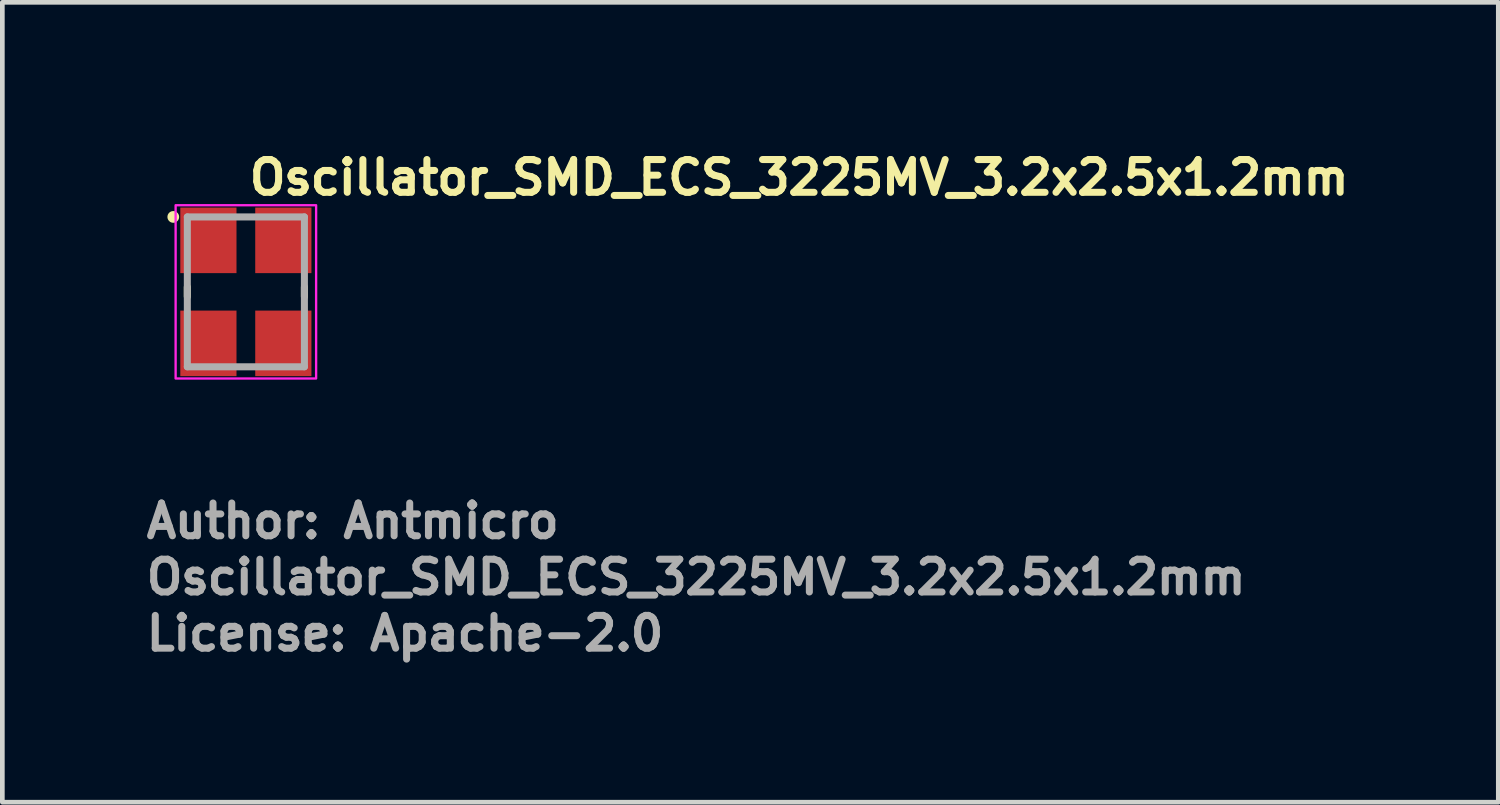
<source format=kicad_pcb>
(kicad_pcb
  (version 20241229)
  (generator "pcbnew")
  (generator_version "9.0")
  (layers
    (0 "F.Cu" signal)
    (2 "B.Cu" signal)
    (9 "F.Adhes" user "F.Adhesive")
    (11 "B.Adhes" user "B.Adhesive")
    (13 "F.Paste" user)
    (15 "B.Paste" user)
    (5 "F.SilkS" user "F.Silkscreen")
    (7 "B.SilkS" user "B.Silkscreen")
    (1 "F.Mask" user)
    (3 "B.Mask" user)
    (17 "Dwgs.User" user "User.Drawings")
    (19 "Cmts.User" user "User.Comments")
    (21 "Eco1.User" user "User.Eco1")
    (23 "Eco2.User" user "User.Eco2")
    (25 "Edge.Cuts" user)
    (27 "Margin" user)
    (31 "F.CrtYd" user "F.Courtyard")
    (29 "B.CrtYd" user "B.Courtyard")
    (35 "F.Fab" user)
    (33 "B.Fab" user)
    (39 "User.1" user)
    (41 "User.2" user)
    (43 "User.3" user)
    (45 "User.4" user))
  (footprint "Oscillator_SMD_ECS_3225MV_3.2x2.5x1.2mm"
    (layer "F.Cu")
    (at 2.2 3.182)
    (property "Reference" "Oscillator_SMD_ECS_3225MV_3.2x2.5x1.2mm" (at 0 -2.032 0) (unlocked yes) (layer "F.SilkS") (effects (font (size 0.7 0.7) (thickness 0.15)) (justify left bottom)))
    (attr smd)
    (fp_line (start -1.25 -0.102) (end -1.25 0.102) (stroke (width 0.15) (type solid)) (layer "F.SilkS"))
    (fp_line (start 1.25 -0.102) (end 1.25 0.102) (stroke (width 0.15) (type solid)) (layer "F.SilkS"))
    (fp_circle (center -1.55 -1.6) (end -1.5 -1.6) (stroke (width 0.15) (type solid)) (fill yes) (layer "F.SilkS"))
    (fp_rect (start 1.5 -1.85) (end -1.5 1.85) (stroke (width 0.05) (type solid)) (fill no) (layer "F.CrtYd"))
    (fp_line (start -1.25 -1.6) (end -1.25 1.6) (stroke (width 0.15) (type solid)) (layer "F.Fab"))
    (fp_line (start 1.25 -1.6) (end -1.25 -1.6) (stroke (width 0.15) (type solid)) (layer "F.Fab"))
    (fp_line (start 1.25 -1.6) (end 1.25 1.6) (stroke (width 0.15) (type solid)) (layer "F.Fab"))
    (fp_line (start 1.25 1.6) (end -1.25 1.6) (stroke (width 0.15) (type solid)) (layer "F.Fab"))
    (fp_rect (start 1.25 -1.6) (end -1.25 1.6) (stroke (width 0.1) (type solid)) (fill no) (layer "User.5"))
    (fp_line (start -1.25 -1.475) (end -1.25 1.475) (stroke (width 0.02) (type solid)) (layer "User.9"))
    (fp_line (start -1.25 -1.475) (end -1.244 -1.475) (stroke (width 0.02) (type solid)) (layer "User.9"))
    (fp_line (start -1.244 -1.475) (end -1.238 -1.476) (stroke (width 0.02) (type solid)) (layer "User.9"))
    (fp_line (start -1.244 1.475) (end -1.25 1.475) (stroke (width 0.02) (type solid)) (layer "User.9"))
    (fp_line (start -1.238 -1.476) (end -1.232 -1.476) (stroke (width 0.02) (type solid)) (layer "User.9"))
    (fp_line (start -1.238 1.476) (end -1.244 1.475) (stroke (width 0.02) (type solid)) (layer "User.9"))
    (fp_line (start -1.232 -1.476) (end -1.226 -1.477) (stroke (width 0.02) (type solid)) (layer "User.9"))
    (fp_line (start -1.232 1.476) (end -1.238 1.476) (stroke (width 0.02) (type solid)) (layer "User.9"))
    (fp_line (start -1.226 -1.477) (end -1.22 -1.479) (stroke (width 0.02) (type solid)) (layer "User.9"))
    (fp_line (start -1.226 1.477) (end -1.232 1.476) (stroke (width 0.02) (type solid)) (layer "User.9"))
    (fp_line (start -1.22 -1.479) (end -1.214 -1.48) (stroke (width 0.02) (type solid)) (layer "User.9"))
    (fp_line (start -1.22 1.479) (end -1.226 1.477) (stroke (width 0.02) (type solid)) (layer "User.9"))
    (fp_line (start -1.214 -1.48) (end -1.208 -1.482) (stroke (width 0.02) (type solid)) (layer "User.9"))
    (fp_line (start -1.214 1.48) (end -1.22 1.479) (stroke (width 0.02) (type solid)) (layer "User.9"))
    (fp_line (start -1.208 -1.482) (end -1.202 -1.485) (stroke (width 0.02) (type solid)) (layer "User.9"))
    (fp_line (start -1.208 1.482) (end -1.214 1.48) (stroke (width 0.02) (type solid)) (layer "User.9"))
    (fp_line (start -1.202 -1.485) (end -1.197 -1.487) (stroke (width 0.02) (type solid)) (layer "User.9"))
    (fp_line (start -1.202 1.485) (end -1.208 1.482) (stroke (width 0.02) (type solid)) (layer "User.9"))
    (fp_line (start -1.197 -1.487) (end -1.191 -1.49) (stroke (width 0.02) (type solid)) (layer "User.9"))
    (fp_line (start -1.197 1.487) (end -1.202 1.485) (stroke (width 0.02) (type solid)) (layer "User.9"))
    (fp_line (start -1.191 -1.49) (end -1.186 -1.493) (stroke (width 0.02) (type solid)) (layer "User.9"))
    (fp_line (start -1.191 1.49) (end -1.197 1.487) (stroke (width 0.02) (type solid)) (layer "User.9"))
    (fp_line (start -1.186 -1.493) (end -1.181 -1.496) (stroke (width 0.02) (type solid)) (layer "User.9"))
    (fp_line (start -1.186 1.493) (end -1.191 1.49) (stroke (width 0.02) (type solid)) (layer "User.9"))
    (fp_line (start -1.181 -1.496) (end -1.176 -1.5) (stroke (width 0.02) (type solid)) (layer "User.9"))
    (fp_line (start -1.181 1.496) (end -1.186 1.493) (stroke (width 0.02) (type solid)) (layer "User.9"))
    (fp_line (start -1.176 -1.5) (end -1.171 -1.503) (stroke (width 0.02) (type solid)) (layer "User.9"))
    (fp_line (start -1.176 1.5) (end -1.181 1.496) (stroke (width 0.02) (type solid)) (layer "User.9"))
    (fp_line (start -1.171 -1.503) (end -1.166 -1.507) (stroke (width 0.02) (type solid)) (layer "User.9"))
    (fp_line (start -1.171 1.503) (end -1.176 1.5) (stroke (width 0.02) (type solid)) (layer "User.9"))
    (fp_line (start -1.166 -1.507) (end -1.162 -1.512) (stroke (width 0.02) (type solid)) (layer "User.9"))
    (fp_line (start -1.166 1.507) (end -1.171 1.503) (stroke (width 0.02) (type solid)) (layer "User.9"))
    (fp_line (start -1.162 -1.512) (end -1.162 -1.512) (stroke (width 0.02) (type solid)) (layer "User.9"))
    (fp_line (start -1.162 -1.512) (end -1.157 -1.516) (stroke (width 0.02) (type solid)) (layer "User.9"))
    (fp_line (start -1.162 1.512) (end -1.166 1.507) (stroke (width 0.02) (type solid)) (layer "User.9"))
    (fp_line (start -1.162 1.512) (end -1.162 1.512) (stroke (width 0.02) (type solid)) (layer "User.9"))
    (fp_line (start -1.157 -1.516) (end -1.153 -1.521) (stroke (width 0.02) (type solid)) (layer "User.9"))
    (fp_line (start -1.157 1.516) (end -1.162 1.512) (stroke (width 0.02) (type solid)) (layer "User.9"))
    (fp_line (start -1.153 -1.521) (end -1.15 -1.526) (stroke (width 0.02) (type solid)) (layer "User.9"))
    (fp_line (start -1.153 1.521) (end -1.157 1.516) (stroke (width 0.02) (type solid)) (layer "User.9"))
    (fp_line (start -1.15 -1.526) (end -1.146 -1.531) (stroke (width 0.02) (type solid)) (layer "User.9"))
    (fp_line (start -1.15 -1.41) (end -1.15 -1.405) (stroke (width 0.02) (type solid)) (layer "User.9"))
    (fp_line (start -1.15 -1.405) (end -1.15 -1.4) (stroke (width 0.02) (type solid)) (layer "User.9"))
    (fp_line (start -1.15 -1.4) (end -1.15 1.4) (stroke (width 0.02) (type solid)) (layer "User.9"))
    (fp_line (start -1.15 1.4) (end -1.15 1.405) (stroke (width 0.02) (type solid)) (layer "User.9"))
    (fp_line (start -1.15 1.405) (end -1.15 1.41) (stroke (width 0.02) (type solid)) (layer "User.9"))
    (fp_line (start -1.15 1.41) (end -1.149 1.415) (stroke (width 0.02) (type solid)) (layer "User.9"))
    (fp_line (start -1.15 1.526) (end -1.153 1.521) (stroke (width 0.02) (type solid)) (layer "User.9"))
    (fp_line (start -1.149 -1.415) (end -1.15 -1.41) (stroke (width 0.02) (type solid)) (layer "User.9"))
    (fp_line (start -1.149 1.415) (end -1.148 1.42) (stroke (width 0.02) (type solid)) (layer "User.9"))
    (fp_line (start -1.148 -1.42) (end -1.149 -1.415) (stroke (width 0.02) (type solid)) (layer "User.9"))
    (fp_line (start -1.148 1.42) (end -1.147 1.424) (stroke (width 0.02) (type solid)) (layer "User.9"))
    (fp_line (start -1.147 -1.424) (end -1.148 -1.42) (stroke (width 0.02) (type solid)) (layer "User.9"))
    (fp_line (start -1.147 1.424) (end -1.146 1.429) (stroke (width 0.02) (type solid)) (layer "User.9"))
    (fp_line (start -1.146 -1.531) (end -1.143 -1.536) (stroke (width 0.02) (type solid)) (layer "User.9"))
    (fp_line (start -1.146 -1.429) (end -1.147 -1.424) (stroke (width 0.02) (type solid)) (layer "User.9"))
    (fp_line (start -1.146 1.429) (end -1.144 1.434) (stroke (width 0.02) (type solid)) (layer "User.9"))
    (fp_line (start -1.146 1.531) (end -1.15 1.526) (stroke (width 0.02) (type solid)) (layer "User.9"))
    (fp_line (start -1.144 -1.434) (end -1.146 -1.429) (stroke (width 0.02) (type solid)) (layer "User.9"))
    (fp_line (start -1.144 1.434) (end -1.142 1.438) (stroke (width 0.02) (type solid)) (layer "User.9"))
    (fp_line (start -1.143 -1.536) (end -1.14 -1.541) (stroke (width 0.02) (type solid)) (layer "User.9"))
    (fp_line (start -1.143 1.536) (end -1.146 1.531) (stroke (width 0.02) (type solid)) (layer "User.9"))
    (fp_line (start -1.142 -1.438) (end -1.144 -1.434) (stroke (width 0.02) (type solid)) (layer "User.9"))
    (fp_line (start -1.142 1.438) (end -1.14 1.443) (stroke (width 0.02) (type solid)) (layer "User.9"))
    (fp_line (start -1.14 -1.541) (end -1.137 -1.547) (stroke (width 0.02) (type solid)) (layer "User.9"))
    (fp_line (start -1.14 -1.443) (end -1.142 -1.438) (stroke (width 0.02) (type solid)) (layer "User.9"))
    (fp_line (start -1.14 1.443) (end -1.138 1.447) (stroke (width 0.02) (type solid)) (layer "User.9"))
    (fp_line (start -1.14 1.541) (end -1.143 1.536) (stroke (width 0.02) (type solid)) (layer "User.9"))
    (fp_line (start -1.138 -1.447) (end -1.14 -1.443) (stroke (width 0.02) (type solid)) (layer "User.9"))
    (fp_line (start -1.138 1.447) (end -1.136 1.451) (stroke (width 0.02) (type solid)) (layer "User.9"))
    (fp_line (start -1.137 -1.547) (end -1.135 -1.552) (stroke (width 0.02) (type solid)) (layer "User.9"))
    (fp_line (start -1.137 1.547) (end -1.14 1.541) (stroke (width 0.02) (type solid)) (layer "User.9"))
    (fp_line (start -1.136 -1.451) (end -1.138 -1.447) (stroke (width 0.02) (type solid)) (layer "User.9"))
    (fp_line (start -1.136 1.451) (end -1.133 1.455) (stroke (width 0.02) (type solid)) (layer "User.9"))
    (fp_line (start -1.135 -1.552) (end -1.132 -1.558) (stroke (width 0.02) (type solid)) (layer "User.9"))
    (fp_line (start -1.135 1.552) (end -1.137 1.547) (stroke (width 0.02) (type solid)) (layer "User.9"))
    (fp_line (start -1.133 -1.455) (end -1.136 -1.451) (stroke (width 0.02) (type solid)) (layer "User.9"))
    (fp_line (start -1.133 1.455) (end -1.13 1.459) (stroke (width 0.02) (type solid)) (layer "User.9"))
    (fp_line (start -1.132 -1.558) (end -1.13 -1.564) (stroke (width 0.02) (type solid)) (layer "User.9"))
    (fp_line (start -1.132 1.558) (end -1.135 1.552) (stroke (width 0.02) (type solid)) (layer "User.9"))
    (fp_line (start -1.13 -1.564) (end -1.129 -1.57) (stroke (width 0.02) (type solid)) (layer "User.9"))
    (fp_line (start -1.13 -1.459) (end -1.133 -1.455) (stroke (width 0.02) (type solid)) (layer "User.9"))
    (fp_line (start -1.13 1.459) (end -1.127 1.463) (stroke (width 0.02) (type solid)) (layer "User.9"))
    (fp_line (start -1.13 1.564) (end -1.132 1.558) (stroke (width 0.02) (type solid)) (layer "User.9"))
    (fp_line (start -1.129 -1.57) (end -1.127 -1.575) (stroke (width 0.02) (type solid)) (layer "User.9"))
    (fp_line (start -1.129 1.57) (end -1.13 1.564) (stroke (width 0.02) (type solid)) (layer "User.9"))
    (fp_line (start -1.127 -1.575) (end -1.126 -1.582) (stroke (width 0.02) (type solid)) (layer "User.9"))
    (fp_line (start -1.127 -1.463) (end -1.13 -1.459) (stroke (width 0.02) (type solid)) (layer "User.9"))
    (fp_line (start -1.127 1.463) (end -1.124 1.467) (stroke (width 0.02) (type solid)) (layer "User.9"))
    (fp_line (start -1.127 1.575) (end -1.129 1.57) (stroke (width 0.02) (type solid)) (layer "User.9"))
    (fp_line (start -1.126 -1.588) (end -1.125 -1.594) (stroke (width 0.02) (type solid)) (layer "User.9"))
    (fp_line (start -1.126 -1.582) (end -1.126 -1.588) (stroke (width 0.02) (type solid)) (layer "User.9"))
    (fp_line (start -1.126 1.582) (end -1.127 1.575) (stroke (width 0.02) (type solid)) (layer "User.9"))
    (fp_line (start -1.126 1.588) (end -1.126 1.582) (stroke (width 0.02) (type solid)) (layer "User.9"))
    (fp_line (start -1.125 -1.6) (end -0.55 -1.6) (stroke (width 0.02) (type solid)) (layer "User.9"))
    (fp_line (start -1.125 -1.594) (end -1.125 -1.6) (stroke (width 0.02) (type solid)) (layer "User.9"))
    (fp_line (start -1.125 1.594) (end -1.126 1.588) (stroke (width 0.02) (type solid)) (layer "User.9"))
    (fp_line (start -1.125 1.6) (end -1.125 1.594) (stroke (width 0.02) (type solid)) (layer "User.9"))
    (fp_line (start -1.125 1.6) (end -0.55 1.6) (stroke (width 0.02) (type solid)) (layer "User.9"))
    (fp_line (start -1.124 -1.467) (end -1.127 -1.463) (stroke (width 0.02) (type solid)) (layer "User.9"))
    (fp_line (start -1.124 1.467) (end -1.121 1.471) (stroke (width 0.02) (type solid)) (layer "User.9"))
    (fp_line (start -1.121 -1.471) (end -1.124 -1.467) (stroke (width 0.02) (type solid)) (layer "User.9"))
    (fp_line (start -1.121 -1.471) (end -1.121 -1.471) (stroke (width 0.02) (type solid)) (layer "User.9"))
    (fp_line (start -1.121 1.471) (end -1.121 1.471) (stroke (width 0.02) (type solid)) (layer "User.9"))
    (fp_line (start -1.121 1.471) (end -1.117 1.474) (stroke (width 0.02) (type solid)) (layer "User.9"))
    (fp_line (start -1.117 -1.474) (end -1.121 -1.471) (stroke (width 0.02) (type solid)) (layer "User.9"))
    (fp_line (start -1.117 1.474) (end -1.113 1.477) (stroke (width 0.02) (type solid)) (layer "User.9"))
    (fp_line (start -1.113 -1.477) (end -1.117 -1.474) (stroke (width 0.02) (type solid)) (layer "User.9"))
    (fp_line (start -1.113 1.477) (end -1.109 1.48) (stroke (width 0.02) (type solid)) (layer "User.9"))
    (fp_line (start -1.109 -1.48) (end -1.113 -1.477) (stroke (width 0.02) (type solid)) (layer "User.9"))
    (fp_line (start -1.109 1.48) (end -1.105 1.483) (stroke (width 0.02) (type solid)) (layer "User.9"))
    (fp_line (start -1.105 -1.483) (end -1.109 -1.48) (stroke (width 0.02) (type solid)) (layer "User.9"))
    (fp_line (start -1.105 1.483) (end -1.101 1.486) (stroke (width 0.02) (type solid)) (layer "User.9"))
    (fp_line (start -1.101 -1.486) (end -1.105 -1.483) (stroke (width 0.02) (type solid)) (layer "User.9"))
    (fp_line (start -1.101 1.486) (end -1.097 1.488) (stroke (width 0.02) (type solid)) (layer "User.9"))
    (fp_line (start -1.1 -1.405) (end -1.1 -1.402) (stroke (width 0.02) (type solid)) (layer "User.9"))
    (fp_line (start -1.1 -1.402) (end -1.1 -1.4) (stroke (width 0.02) (type solid)) (layer "User.9"))
    (fp_line (start -1.1 -1.4) (end -1.1 1.4) (stroke (width 0.02) (type solid)) (layer "User.9"))
    (fp_line (start -1.1 1.4) (end -1.1 1.402) (stroke (width 0.02) (type solid)) (layer "User.9"))
    (fp_line (start -1.1 1.402) (end -1.1 1.405) (stroke (width 0.02) (type solid)) (layer "User.9"))
    (fp_line (start -1.1 1.405) (end -1.099 1.407) (stroke (width 0.02) (type solid)) (layer "User.9"))
    (fp_line (start -1.099 -1.41) (end -1.099 -1.407) (stroke (width 0.02) (type solid)) (layer "User.9"))
    (fp_line (start -1.099 -1.407) (end -1.1 -1.405) (stroke (width 0.02) (type solid)) (layer "User.9"))
    (fp_line (start -1.099 1.407) (end -1.099 1.41) (stroke (width 0.02) (type solid)) (layer "User.9"))
    (fp_line (start -1.099 1.41) (end -1.098 1.412) (stroke (width 0.02) (type solid)) (layer "User.9"))
    (fp_line (start -1.098 -1.415) (end -1.098 -1.412) (stroke (width 0.02) (type solid)) (layer "User.9"))
    (fp_line (start -1.098 -1.412) (end -1.099 -1.41) (stroke (width 0.02) (type solid)) (layer "User.9"))
    (fp_line (start -1.098 1.412) (end -1.098 1.415) (stroke (width 0.02) (type solid)) (layer "User.9"))
    (fp_line (start -1.098 1.415) (end -1.097 1.417) (stroke (width 0.02) (type solid)) (layer "User.9"))
    (fp_line (start -1.097 -1.488) (end -1.101 -1.486) (stroke (width 0.02) (type solid)) (layer "User.9"))
    (fp_line (start -1.097 -1.417) (end -1.098 -1.415) (stroke (width 0.02) (type solid)) (layer "User.9"))
    (fp_line (start -1.097 1.417) (end -1.096 1.419) (stroke (width 0.02) (type solid)) (layer "User.9"))
    (fp_line (start -1.097 1.488) (end -1.093 1.49) (stroke (width 0.02) (type solid)) (layer "User.9"))
    (fp_line (start -1.096 -1.419) (end -1.097 -1.417) (stroke (width 0.02) (type solid)) (layer "User.9"))
    (fp_line (start -1.096 1.419) (end -1.095 1.421) (stroke (width 0.02) (type solid)) (layer "User.9"))
    (fp_line (start -1.095 -1.421) (end -1.096 -1.419) (stroke (width 0.02) (type solid)) (layer "User.9"))
    (fp_line (start -1.095 1.421) (end -1.094 1.424) (stroke (width 0.02) (type solid)) (layer "User.9"))
    (fp_line (start -1.094 -1.424) (end -1.095 -1.421) (stroke (width 0.02) (type solid)) (layer "User.9"))
    (fp_line (start -1.094 1.424) (end -1.093 1.426) (stroke (width 0.02) (type solid)) (layer "User.9"))
    (fp_line (start -1.093 -1.49) (end -1.097 -1.488) (stroke (width 0.02) (type solid)) (layer "User.9"))
    (fp_line (start -1.093 -1.426) (end -1.094 -1.424) (stroke (width 0.02) (type solid)) (layer "User.9"))
    (fp_line (start -1.093 1.426) (end -1.092 1.428) (stroke (width 0.02) (type solid)) (layer "User.9"))
    (fp_line (start -1.093 1.49) (end -1.088 1.492) (stroke (width 0.02) (type solid)) (layer "User.9"))
    (fp_line (start -1.092 -1.428) (end -1.093 -1.426) (stroke (width 0.02) (type solid)) (layer "User.9"))
    (fp_line (start -1.092 1.428) (end -1.09 1.43) (stroke (width 0.02) (type solid)) (layer "User.9"))
    (fp_line (start -1.09 -1.43) (end -1.092 -1.428) (stroke (width 0.02) (type solid)) (layer "User.9"))
    (fp_line (start -1.09 1.43) (end -1.089 1.432) (stroke (width 0.02) (type solid)) (layer "User.9"))
    (fp_line (start -1.089 -1.432) (end -1.09 -1.43) (stroke (width 0.02) (type solid)) (layer "User.9"))
    (fp_line (start -1.089 1.432) (end -1.087 1.434) (stroke (width 0.02) (type solid)) (layer "User.9"))
    (fp_line (start -1.088 -1.492) (end -1.093 -1.49) (stroke (width 0.02) (type solid)) (layer "User.9"))
    (fp_line (start -1.088 1.492) (end -1.084 1.494) (stroke (width 0.02) (type solid)) (layer "User.9"))
    (fp_line (start -1.087 -1.434) (end -1.089 -1.432) (stroke (width 0.02) (type solid)) (layer "User.9"))
    (fp_line (start -1.087 1.434) (end -1.085 1.435) (stroke (width 0.02) (type solid)) (layer "User.9"))
    (fp_line (start -1.085 -1.435) (end -1.087 -1.434) (stroke (width 0.02) (type solid)) (layer "User.9"))
    (fp_line (start -1.085 -1.435) (end -1.085 -1.435) (stroke (width 0.02) (type solid)) (layer "User.9"))
    (fp_line (start -1.085 1.435) (end -1.085 1.435) (stroke (width 0.02) (type solid)) (layer "User.9"))
    (fp_line (start -1.085 1.435) (end -1.084 1.437) (stroke (width 0.02) (type solid)) (layer "User.9"))
    (fp_line (start -1.084 -1.494) (end -1.088 -1.492) (stroke (width 0.02) (type solid)) (layer "User.9"))
    (fp_line (start -1.084 -1.437) (end -1.085 -1.435) (stroke (width 0.02) (type solid)) (layer "User.9"))
    (fp_line (start -1.084 1.437) (end -1.082 1.439) (stroke (width 0.02) (type solid)) (layer "User.9"))
    (fp_line (start -1.084 1.494) (end -1.079 1.496) (stroke (width 0.02) (type solid)) (layer "User.9"))
    (fp_line (start -1.082 -1.439) (end -1.084 -1.437) (stroke (width 0.02) (type solid)) (layer "User.9"))
    (fp_line (start -1.082 1.439) (end -1.08 1.44) (stroke (width 0.02) (type solid)) (layer "User.9"))
    (fp_line (start -1.08 -1.44) (end -1.082 -1.439) (stroke (width 0.02) (type solid)) (layer "User.9"))
    (fp_line (start -1.08 1.44) (end -1.078 1.442) (stroke (width 0.02) (type solid)) (layer "User.9"))
    (fp_line (start -1.079 -1.496) (end -1.084 -1.494) (stroke (width 0.02) (type solid)) (layer "User.9"))
    (fp_line (start -1.079 1.496) (end -1.074 1.497) (stroke (width 0.02) (type solid)) (layer "User.9"))
    (fp_line (start -1.078 -1.442) (end -1.08 -1.44) (stroke (width 0.02) (type solid)) (layer "User.9"))
    (fp_line (start -1.078 1.442) (end -1.076 1.443) (stroke (width 0.02) (type solid)) (layer "User.9"))
    (fp_line (start -1.076 -1.443) (end -1.078 -1.442) (stroke (width 0.02) (type solid)) (layer "User.9"))
    (fp_line (start -1.076 1.443) (end -1.074 1.444) (stroke (width 0.02) (type solid)) (layer "User.9"))
    (fp_line (start -1.074 -1.497) (end -1.079 -1.496) (stroke (width 0.02) (type solid)) (layer "User.9"))
    (fp_line (start -1.074 -1.444) (end -1.076 -1.443) (stroke (width 0.02) (type solid)) (layer "User.9"))
    (fp_line (start -1.074 1.444) (end -1.071 1.445) (stroke (width 0.02) (type solid)) (layer "User.9"))
    (fp_line (start -1.074 1.497) (end -1.07 1.498) (stroke (width 0.02) (type solid)) (layer "User.9"))
    (fp_line (start -1.071 -1.445) (end -1.074 -1.444) (stroke (width 0.02) (type solid)) (layer "User.9"))
    (fp_line (start -1.071 1.445) (end -1.069 1.446) (stroke (width 0.02) (type solid)) (layer "User.9"))
    (fp_line (start -1.07 -1.498) (end -1.074 -1.497) (stroke (width 0.02) (type solid)) (layer "User.9"))
    (fp_line (start -1.07 1.498) (end -1.065 1.499) (stroke (width 0.02) (type solid)) (layer "User.9"))
    (fp_line (start -1.069 -1.446) (end -1.071 -1.445) (stroke (width 0.02) (type solid)) (layer "User.9"))
    (fp_line (start -1.069 1.446) (end -1.067 1.447) (stroke (width 0.02) (type solid)) (layer "User.9"))
    (fp_line (start -1.067 -1.447) (end -1.069 -1.446) (stroke (width 0.02) (type solid)) (layer "User.9"))
    (fp_line (start -1.067 1.447) (end -1.065 1.448) (stroke (width 0.02) (type solid)) (layer "User.9"))
    (fp_line (start -1.065 -1.499) (end -1.07 -1.498) (stroke (width 0.02) (type solid)) (layer "User.9"))
    (fp_line (start -1.065 -1.448) (end -1.067 -1.447) (stroke (width 0.02) (type solid)) (layer "User.9"))
    (fp_line (start -1.065 1.448) (end -1.062 1.448) (stroke (width 0.02) (type solid)) (layer "User.9"))
    (fp_line (start -1.065 1.499) (end -1.06 1.5) (stroke (width 0.02) (type solid)) (layer "User.9"))
    (fp_line (start -1.062 -1.448) (end -1.065 -1.448) (stroke (width 0.02) (type solid)) (layer "User.9"))
    (fp_line (start -1.062 1.448) (end -1.06 1.449) (stroke (width 0.02) (type solid)) (layer "User.9"))
    (fp_line (start -1.06 -1.5) (end -1.065 -1.499) (stroke (width 0.02) (type solid)) (layer "User.9"))
    (fp_line (start -1.06 -1.449) (end -1.062 -1.448) (stroke (width 0.02) (type solid)) (layer "User.9"))
    (fp_line (start -1.06 1.449) (end -1.057 1.449) (stroke (width 0.02) (type solid)) (layer "User.9"))
    (fp_line (start -1.06 1.5) (end -1.055 1.5) (stroke (width 0.02) (type solid)) (layer "User.9"))
    (fp_line (start -1.057 -1.449) (end -1.06 -1.449) (stroke (width 0.02) (type solid)) (layer "User.9"))
    (fp_line (start -1.057 1.449) (end -1.055 1.45) (stroke (width 0.02) (type solid)) (layer "User.9"))
    (fp_line (start -1.055 -1.5) (end -1.06 -1.5) (stroke (width 0.02) (type solid)) (layer "User.9"))
    (fp_line (start -1.055 -1.45) (end -1.057 -1.449) (stroke (width 0.02) (type solid)) (layer "User.9"))
    (fp_line (start -1.055 1.45) (end -1.052 1.45) (stroke (width 0.02) (type solid)) (layer "User.9"))
    (fp_line (start -1.055 1.5) (end -1.05 1.5) (stroke (width 0.02) (type solid)) (layer "User.9"))
    (fp_line (start -1.052 -1.45) (end -1.055 -1.45) (stroke (width 0.02) (type solid)) (layer "User.9"))
    (fp_line (start -1.052 1.45) (end -1.05 1.45) (stroke (width 0.02) (type solid)) (layer "User.9"))
    (fp_line (start -1.05 -1.5) (end -1.055 -1.5) (stroke (width 0.02) (type solid)) (layer "User.9"))
    (fp_line (start -1.05 -1.45) (end -1.052 -1.45) (stroke (width 0.02) (type solid)) (layer "User.9"))
    (fp_line (start -1.05 1.45) (end 1.05 1.45) (stroke (width 0.02) (type solid)) (layer "User.9"))
    (fp_line (start -1.05 1.5) (end 1.05 1.5) (stroke (width 0.02) (type solid)) (layer "User.9"))
    (fp_line (start -0.55 -1.6) (end -0.49 -1.54) (stroke (width 0.02) (type solid)) (layer "User.9"))
    (fp_line (start -0.49 -1.54) (end -0.31 -1.54) (stroke (width 0.02) (type solid)) (layer "User.9"))
    (fp_line (start -0.49 1.54) (end -0.55 1.6) (stroke (width 0.02) (type solid)) (layer "User.9"))
    (fp_line (start -0.31 -1.54) (end -0.25 -1.6) (stroke (width 0.02) (type solid)) (layer "User.9"))
    (fp_line (start -0.31 1.54) (end -0.49 1.54) (stroke (width 0.02) (type solid)) (layer "User.9"))
    (fp_line (start -0.25 -1.6) (end 0.25 -1.6) (stroke (width 0.02) (type solid)) (layer "User.9"))
    (fp_line (start -0.25 1.6) (end -0.31 1.54) (stroke (width 0.02) (type solid)) (layer "User.9"))
    (fp_line (start -0.25 1.6) (end 0.25 1.6) (stroke (width 0.02) (type solid)) (layer "User.9"))
    (fp_line (start 0.25 -1.6) (end 0.31 -1.54) (stroke (width 0.02) (type solid)) (layer "User.9"))
    (fp_line (start 0.31 -1.54) (end 0.49 -1.54) (stroke (width 0.02) (type solid)) (layer "User.9"))
    (fp_line (start 0.31 1.54) (end 0.25 1.6) (stroke (width 0.02) (type solid)) (layer "User.9"))
    (fp_line (start 0.49 -1.54) (end 0.55 -1.6) (stroke (width 0.02) (type solid)) (layer "User.9"))
    (fp_line (start 0.49 1.54) (end 0.31 1.54) (stroke (width 0.02) (type solid)) (layer "User.9"))
    (fp_line (start 0.55 -1.6) (end 1.125 -1.6) (stroke (width 0.02) (type solid)) (layer "User.9"))
    (fp_line (start 0.55 1.6) (end 0.49 1.54) (stroke (width 0.02) (type solid)) (layer "User.9"))
    (fp_line (start 0.55 1.6) (end 1.125 1.6) (stroke (width 0.02) (type solid)) (layer "User.9"))
    (fp_line (start 1.05 -1.5) (end -1.05 -1.5) (stroke (width 0.02) (type solid)) (layer "User.9"))
    (fp_line (start 1.05 -1.45) (end -1.05 -1.45) (stroke (width 0.02) (type solid)) (layer "User.9"))
    (fp_line (start 1.05 1.45) (end 1.052 1.45) (stroke (width 0.02) (type solid)) (layer "User.9"))
    (fp_line (start 1.05 1.5) (end 1.055 1.5) (stroke (width 0.02) (type solid)) (layer "User.9"))
    (fp_line (start 1.052 -1.45) (end 1.05 -1.45) (stroke (width 0.02) (type solid)) (layer "User.9"))
    (fp_line (start 1.052 1.45) (end 1.055 1.45) (stroke (width 0.02) (type solid)) (layer "User.9"))
    (fp_line (start 1.055 -1.5) (end 1.05 -1.5) (stroke (width 0.02) (type solid)) (layer "User.9"))
    (fp_line (start 1.055 -1.45) (end 1.052 -1.45) (stroke (width 0.02) (type solid)) (layer "User.9"))
    (fp_line (start 1.055 1.45) (end 1.057 1.449) (stroke (width 0.02) (type solid)) (layer "User.9"))
    (fp_line (start 1.055 1.5) (end 1.06 1.5) (stroke (width 0.02) (type solid)) (layer "User.9"))
    (fp_line (start 1.057 -1.449) (end 1.055 -1.45) (stroke (width 0.02) (type solid)) (layer "User.9"))
    (fp_line (start 1.057 1.449) (end 1.06 1.449) (stroke (width 0.02) (type solid)) (layer "User.9"))
    (fp_line (start 1.06 -1.5) (end 1.055 -1.5) (stroke (width 0.02) (type solid)) (layer "User.9"))
    (fp_line (start 1.06 -1.449) (end 1.057 -1.449) (stroke (width 0.02) (type solid)) (layer "User.9"))
    (fp_line (start 1.06 1.449) (end 1.062 1.448) (stroke (width 0.02) (type solid)) (layer "User.9"))
    (fp_line (start 1.06 1.5) (end 1.065 1.499) (stroke (width 0.02) (type solid)) (layer "User.9"))
    (fp_line (start 1.062 -1.448) (end 1.06 -1.449) (stroke (width 0.02) (type solid)) (layer "User.9"))
    (fp_line (start 1.062 1.448) (end 1.065 1.448) (stroke (width 0.02) (type solid)) (layer "User.9"))
    (fp_line (start 1.065 -1.499) (end 1.06 -1.5) (stroke (width 0.02) (type solid)) (layer "User.9"))
    (fp_line (start 1.065 -1.448) (end 1.062 -1.448) (stroke (width 0.02) (type solid)) (layer "User.9"))
    (fp_line (start 1.065 1.448) (end 1.067 1.447) (stroke (width 0.02) (type solid)) (layer "User.9"))
    (fp_line (start 1.065 1.499) (end 1.07 1.498) (stroke (width 0.02) (type solid)) (layer "User.9"))
    (fp_line (start 1.067 -1.447) (end 1.065 -1.448) (stroke (width 0.02) (type solid)) (layer "User.9"))
    (fp_line (start 1.067 1.447) (end 1.069 1.446) (stroke (width 0.02) (type solid)) (layer "User.9"))
    (fp_line (start 1.069 -1.446) (end 1.067 -1.447) (stroke (width 0.02) (type solid)) (layer "User.9"))
    (fp_line (start 1.069 1.446) (end 1.071 1.445) (stroke (width 0.02) (type solid)) (layer "User.9"))
    (fp_line (start 1.07 -1.498) (end 1.065 -1.499) (stroke (width 0.02) (type solid)) (layer "User.9"))
    (fp_line (start 1.07 1.498) (end 1.074 1.497) (stroke (width 0.02) (type solid)) (layer "User.9"))
    (fp_line (start 1.071 -1.445) (end 1.069 -1.446) (stroke (width 0.02) (type solid)) (layer "User.9"))
    (fp_line (start 1.071 1.445) (end 1.074 1.444) (stroke (width 0.02) (type solid)) (layer "User.9"))
    (fp_line (start 1.074 -1.497) (end 1.07 -1.498) (stroke (width 0.02) (type solid)) (layer "User.9"))
    (fp_line (start 1.074 -1.444) (end 1.071 -1.445) (stroke (width 0.02) (type solid)) (layer "User.9"))
    (fp_line (start 1.074 1.444) (end 1.076 1.443) (stroke (width 0.02) (type solid)) (layer "User.9"))
    (fp_line (start 1.074 1.497) (end 1.079 1.496) (stroke (width 0.02) (type solid)) (layer "User.9"))
    (fp_line (start 1.076 -1.443) (end 1.074 -1.444) (stroke (width 0.02) (type solid)) (layer "User.9"))
    (fp_line (start 1.076 1.443) (end 1.078 1.442) (stroke (width 0.02) (type solid)) (layer "User.9"))
    (fp_line (start 1.078 -1.442) (end 1.076 -1.443) (stroke (width 0.02) (type solid)) (layer "User.9"))
    (fp_line (start 1.078 1.442) (end 1.08 1.44) (stroke (width 0.02) (type solid)) (layer "User.9"))
    (fp_line (start 1.079 -1.496) (end 1.074 -1.497) (stroke (width 0.02) (type solid)) (layer "User.9"))
    (fp_line (start 1.079 1.496) (end 1.084 1.494) (stroke (width 0.02) (type solid)) (layer "User.9"))
    (fp_line (start 1.08 -1.44) (end 1.078 -1.442) (stroke (width 0.02) (type solid)) (layer "User.9"))
    (fp_line (start 1.08 1.44) (end 1.082 1.439) (stroke (width 0.02) (type solid)) (layer "User.9"))
    (fp_line (start 1.082 -1.439) (end 1.08 -1.44) (stroke (width 0.02) (type solid)) (layer "User.9"))
    (fp_line (start 1.082 1.439) (end 1.084 1.437) (stroke (width 0.02) (type solid)) (layer "User.9"))
    (fp_line (start 1.084 -1.494) (end 1.079 -1.496) (stroke (width 0.02) (type solid)) (layer "User.9"))
    (fp_line (start 1.084 -1.437) (end 1.082 -1.439) (stroke (width 0.02) (type solid)) (layer "User.9"))
    (fp_line (start 1.084 1.437) (end 1.085 1.435) (stroke (width 0.02) (type solid)) (layer "User.9"))
    (fp_line (start 1.084 1.494) (end 1.088 1.492) (stroke (width 0.02) (type solid)) (layer "User.9"))
    (fp_line (start 1.085 -1.435) (end 1.084 -1.437) (stroke (width 0.02) (type solid)) (layer "User.9"))
    (fp_line (start 1.085 -1.435) (end 1.085 -1.435) (stroke (width 0.02) (type solid)) (layer "User.9"))
    (fp_line (start 1.085 1.435) (end 1.085 1.435) (stroke (width 0.02) (type solid)) (layer "User.9"))
    (fp_line (start 1.085 1.435) (end 1.087 1.434) (stroke (width 0.02) (type solid)) (layer "User.9"))
    (fp_line (start 1.087 -1.434) (end 1.085 -1.435) (stroke (width 0.02) (type solid)) (layer "User.9"))
    (fp_line (start 1.087 1.434) (end 1.089 1.432) (stroke (width 0.02) (type solid)) (layer "User.9"))
    (fp_line (start 1.088 -1.492) (end 1.084 -1.494) (stroke (width 0.02) (type solid)) (layer "User.9"))
    (fp_line (start 1.088 1.492) (end 1.093 1.49) (stroke (width 0.02) (type solid)) (layer "User.9"))
    (fp_line (start 1.089 -1.432) (end 1.087 -1.434) (stroke (width 0.02) (type solid)) (layer "User.9"))
    (fp_line (start 1.089 1.432) (end 1.09 1.43) (stroke (width 0.02) (type solid)) (layer "User.9"))
    (fp_line (start 1.09 -1.43) (end 1.089 -1.432) (stroke (width 0.02) (type solid)) (layer "User.9"))
    (fp_line (start 1.09 1.43) (end 1.092 1.428) (stroke (width 0.02) (type solid)) (layer "User.9"))
    (fp_line (start 1.092 -1.428) (end 1.09 -1.43) (stroke (width 0.02) (type solid)) (layer "User.9"))
    (fp_line (start 1.092 1.428) (end 1.093 1.426) (stroke (width 0.02) (type solid)) (layer "User.9"))
    (fp_line (start 1.093 -1.49) (end 1.088 -1.492) (stroke (width 0.02) (type solid)) (layer "User.9"))
    (fp_line (start 1.093 -1.426) (end 1.092 -1.428) (stroke (width 0.02) (type solid)) (layer "User.9"))
    (fp_line (start 1.093 1.426) (end 1.094 1.424) (stroke (width 0.02) (type solid)) (layer "User.9"))
    (fp_line (start 1.093 1.49) (end 1.097 1.488) (stroke (width 0.02) (type solid)) (layer "User.9"))
    (fp_line (start 1.094 -1.424) (end 1.093 -1.426) (stroke (width 0.02) (type solid)) (layer "User.9"))
    (fp_line (start 1.094 1.424) (end 1.095 1.421) (stroke (width 0.02) (type solid)) (layer "User.9"))
    (fp_line (start 1.095 -1.421) (end 1.094 -1.424) (stroke (width 0.02) (type solid)) (layer "User.9"))
    (fp_line (start 1.095 1.421) (end 1.096 1.419) (stroke (width 0.02) (type solid)) (layer "User.9"))
    (fp_line (start 1.096 -1.419) (end 1.095 -1.421) (stroke (width 0.02) (type solid)) (layer "User.9"))
    (fp_line (start 1.096 1.419) (end 1.097 1.417) (stroke (width 0.02) (type solid)) (layer "User.9"))
    (fp_line (start 1.097 -1.488) (end 1.093 -1.49) (stroke (width 0.02) (type solid)) (layer "User.9"))
    (fp_line (start 1.097 -1.417) (end 1.096 -1.419) (stroke (width 0.02) (type solid)) (layer "User.9"))
    (fp_line (start 1.097 1.417) (end 1.098 1.415) (stroke (width 0.02) (type solid)) (layer "User.9"))
    (fp_line (start 1.097 1.488) (end 1.101 1.486) (stroke (width 0.02) (type solid)) (layer "User.9"))
    (fp_line (start 1.098 -1.415) (end 1.097 -1.417) (stroke (width 0.02) (type solid)) (layer "User.9"))
    (fp_line (start 1.098 -1.412) (end 1.098 -1.415) (stroke (width 0.02) (type solid)) (layer "User.9"))
    (fp_line (start 1.098 1.412) (end 1.099 1.41) (stroke (width 0.02) (type solid)) (layer "User.9"))
    (fp_line (start 1.098 1.415) (end 1.098 1.412) (stroke (width 0.02) (type solid)) (layer "User.9"))
    (fp_line (start 1.099 -1.41) (end 1.098 -1.412) (stroke (width 0.02) (type solid)) (layer "User.9"))
    (fp_line (start 1.099 -1.407) (end 1.099 -1.41) (stroke (width 0.02) (type solid)) (layer "User.9"))
    (fp_line (start 1.099 1.407) (end 1.1 1.405) (stroke (width 0.02) (type solid)) (layer "User.9"))
    (fp_line (start 1.099 1.41) (end 1.099 1.407) (stroke (width 0.02) (type solid)) (layer "User.9"))
    (fp_line (start 1.1 -1.405) (end 1.099 -1.407) (stroke (width 0.02) (type solid)) (layer "User.9"))
    (fp_line (start 1.1 -1.402) (end 1.1 -1.405) (stroke (width 0.02) (type solid)) (layer "User.9"))
    (fp_line (start 1.1 -1.4) (end 1.1 -1.402) (stroke (width 0.02) (type solid)) (layer "User.9"))
    (fp_line (start 1.1 1.4) (end 1.1 -1.4) (stroke (width 0.02) (type solid)) (layer "User.9"))
    (fp_line (start 1.1 1.402) (end 1.1 1.4) (stroke (width 0.02) (type solid)) (layer "User.9"))
    (fp_line (start 1.1 1.405) (end 1.1 1.402) (stroke (width 0.02) (type solid)) (layer "User.9"))
    (fp_line (start 1.101 -1.486) (end 1.097 -1.488) (stroke (width 0.02) (type solid)) (layer "User.9"))
    (fp_line (start 1.101 1.486) (end 1.105 1.483) (stroke (width 0.02) (type solid)) (layer "User.9"))
    (fp_line (start 1.105 -1.483) (end 1.101 -1.486) (stroke (width 0.02) (type solid)) (layer "User.9"))
    (fp_line (start 1.105 1.483) (end 1.109 1.48) (stroke (width 0.02) (type solid)) (layer "User.9"))
    (fp_line (start 1.109 -1.48) (end 1.105 -1.483) (stroke (width 0.02) (type solid)) (layer "User.9"))
    (fp_line (start 1.109 1.48) (end 1.113 1.477) (stroke (width 0.02) (type solid)) (layer "User.9"))
    (fp_line (start 1.113 -1.477) (end 1.109 -1.48) (stroke (width 0.02) (type solid)) (layer "User.9"))
    (fp_line (start 1.113 1.477) (end 1.117 1.474) (stroke (width 0.02) (type solid)) (layer "User.9"))
    (fp_line (start 1.117 -1.474) (end 1.113 -1.477) (stroke (width 0.02) (type solid)) (layer "User.9"))
    (fp_line (start 1.117 1.474) (end 1.121 1.471) (stroke (width 0.02) (type solid)) (layer "User.9"))
    (fp_line (start 1.121 -1.471) (end 1.117 -1.474) (stroke (width 0.02) (type solid)) (layer "User.9"))
    (fp_line (start 1.121 -1.471) (end 1.121 -1.471) (stroke (width 0.02) (type solid)) (layer "User.9"))
    (fp_line (start 1.121 1.471) (end 1.121 1.471) (stroke (width 0.02) (type solid)) (layer "User.9"))
    (fp_line (start 1.121 1.471) (end 1.124 1.467) (stroke (width 0.02) (type solid)) (layer "User.9"))
    (fp_line (start 1.124 -1.467) (end 1.121 -1.471) (stroke (width 0.02) (type solid)) (layer "User.9"))
    (fp_line (start 1.124 1.467) (end 1.127 1.463) (stroke (width 0.02) (type solid)) (layer "User.9"))
    (fp_line (start 1.125 -1.6) (end 1.125 -1.594) (stroke (width 0.02) (type solid)) (layer "User.9"))
    (fp_line (start 1.125 -1.594) (end 1.126 -1.588) (stroke (width 0.02) (type solid)) (layer "User.9"))
    (fp_line (start 1.125 1.594) (end 1.125 1.6) (stroke (width 0.02) (type solid)) (layer "User.9"))
    (fp_line (start 1.126 -1.588) (end 1.126 -1.582) (stroke (width 0.02) (type solid)) (layer "User.9"))
    (fp_line (start 1.126 -1.582) (end 1.127 -1.575) (stroke (width 0.02) (type solid)) (layer "User.9"))
    (fp_line (start 1.126 1.582) (end 1.126 1.588) (stroke (width 0.02) (type solid)) (layer "User.9"))
    (fp_line (start 1.126 1.588) (end 1.125 1.594) (stroke (width 0.02) (type solid)) (layer "User.9"))
    (fp_line (start 1.127 -1.575) (end 1.129 -1.57) (stroke (width 0.02) (type solid)) (layer "User.9"))
    (fp_line (start 1.127 -1.463) (end 1.124 -1.467) (stroke (width 0.02) (type solid)) (layer "User.9"))
    (fp_line (start 1.127 1.463) (end 1.13 1.459) (stroke (width 0.02) (type solid)) (layer "User.9"))
    (fp_line (start 1.127 1.575) (end 1.126 1.582) (stroke (width 0.02) (type solid)) (layer "User.9"))
    (fp_line (start 1.129 -1.57) (end 1.13 -1.564) (stroke (width 0.02) (type solid)) (layer "User.9"))
    (fp_line (start 1.129 1.57) (end 1.127 1.575) (stroke (width 0.02) (type solid)) (layer "User.9"))
    (fp_line (start 1.13 -1.564) (end 1.132 -1.558) (stroke (width 0.02) (type solid)) (layer "User.9"))
    (fp_line (start 1.13 -1.459) (end 1.127 -1.463) (stroke (width 0.02) (type solid)) (layer "User.9"))
    (fp_line (start 1.13 1.459) (end 1.133 1.455) (stroke (width 0.02) (type solid)) (layer "User.9"))
    (fp_line (start 1.13 1.564) (end 1.129 1.57) (stroke (width 0.02) (type solid)) (layer "User.9"))
    (fp_line (start 1.132 -1.558) (end 1.135 -1.552) (stroke (width 0.02) (type solid)) (layer "User.9"))
    (fp_line (start 1.132 1.558) (end 1.13 1.564) (stroke (width 0.02) (type solid)) (layer "User.9"))
    (fp_line (start 1.133 -1.455) (end 1.13 -1.459) (stroke (width 0.02) (type solid)) (layer "User.9"))
    (fp_line (start 1.133 1.455) (end 1.136 1.451) (stroke (width 0.02) (type solid)) (layer "User.9"))
    (fp_line (start 1.135 -1.552) (end 1.137 -1.547) (stroke (width 0.02) (type solid)) (layer "User.9"))
    (fp_line (start 1.135 1.552) (end 1.132 1.558) (stroke (width 0.02) (type solid)) (layer "User.9"))
    (fp_line (start 1.136 -1.451) (end 1.133 -1.455) (stroke (width 0.02) (type solid)) (layer "User.9"))
    (fp_line (start 1.136 1.451) (end 1.138 1.447) (stroke (width 0.02) (type solid)) (layer "User.9"))
    (fp_line (start 1.137 -1.547) (end 1.14 -1.541) (stroke (width 0.02) (type solid)) (layer "User.9"))
    (fp_line (start 1.137 1.547) (end 1.135 1.552) (stroke (width 0.02) (type solid)) (layer "User.9"))
    (fp_line (start 1.138 -1.447) (end 1.136 -1.451) (stroke (width 0.02) (type solid)) (layer "User.9"))
    (fp_line (start 1.138 1.447) (end 1.14 1.443) (stroke (width 0.02) (type solid)) (layer "User.9"))
    (fp_line (start 1.14 -1.541) (end 1.143 -1.536) (stroke (width 0.02) (type solid)) (layer "User.9"))
    (fp_line (start 1.14 -1.443) (end 1.138 -1.447) (stroke (width 0.02) (type solid)) (layer "User.9"))
    (fp_line (start 1.14 1.443) (end 1.142 1.438) (stroke (width 0.02) (type solid)) (layer "User.9"))
    (fp_line (start 1.14 1.541) (end 1.137 1.547) (stroke (width 0.02) (type solid)) (layer "User.9"))
    (fp_line (start 1.142 -1.438) (end 1.14 -1.443) (stroke (width 0.02) (type solid)) (layer "User.9"))
    (fp_line (start 1.142 1.438) (end 1.144 1.434) (stroke (width 0.02) (type solid)) (layer "User.9"))
    (fp_line (start 1.143 -1.536) (end 1.146 -1.531) (stroke (width 0.02) (type solid)) (layer "User.9"))
    (fp_line (start 1.143 1.536) (end 1.14 1.541) (stroke (width 0.02) (type solid)) (layer "User.9"))
    (fp_line (start 1.144 -1.434) (end 1.142 -1.438) (stroke (width 0.02) (type solid)) (layer "User.9"))
    (fp_line (start 1.144 1.434) (end 1.146 1.429) (stroke (width 0.02) (type solid)) (layer "User.9"))
    (fp_line (start 1.146 -1.531) (end 1.15 -1.526) (stroke (width 0.02) (type solid)) (layer "User.9"))
    (fp_line (start 1.146 -1.429) (end 1.144 -1.434) (stroke (width 0.02) (type solid)) (layer "User.9"))
    (fp_line (start 1.146 1.429) (end 1.147 1.424) (stroke (width 0.02) (type solid)) (layer "User.9"))
    (fp_line (start 1.146 1.531) (end 1.143 1.536) (stroke (width 0.02) (type solid)) (layer "User.9"))
    (fp_line (start 1.147 -1.424) (end 1.146 -1.429) (stroke (width 0.02) (type solid)) (layer "User.9"))
    (fp_line (start 1.147 1.424) (end 1.148 1.42) (stroke (width 0.02) (type solid)) (layer "User.9"))
    (fp_line (start 1.148 -1.42) (end 1.147 -1.424) (stroke (width 0.02) (type solid)) (layer "User.9"))
    (fp_line (start 1.148 1.42) (end 1.149 1.415) (stroke (width 0.02) (type solid)) (layer "User.9"))
    (fp_line (start 1.149 -1.415) (end 1.148 -1.42) (stroke (width 0.02) (type solid)) (layer "User.9"))
    (fp_line (start 1.149 1.415) (end 1.15 1.41) (stroke (width 0.02) (type solid)) (layer "User.9"))
    (fp_line (start 1.15 -1.526) (end 1.153 -1.521) (stroke (width 0.02) (type solid)) (layer "User.9"))
    (fp_line (start 1.15 -1.41) (end 1.149 -1.415) (stroke (width 0.02) (type solid)) (layer "User.9"))
    (fp_line (start 1.15 -1.405) (end 1.15 -1.41) (stroke (width 0.02) (type solid)) (layer "User.9"))
    (fp_line (start 1.15 -1.4) (end 1.15 -1.405) (stroke (width 0.02) (type solid)) (layer "User.9"))
    (fp_line (start 1.15 1.4) (end 1.15 -1.4) (stroke (width 0.02) (type solid)) (layer "User.9"))
    (fp_line (start 1.15 1.405) (end 1.15 1.4) (stroke (width 0.02) (type solid)) (layer "User.9"))
    (fp_line (start 1.15 1.41) (end 1.15 1.405) (stroke (width 0.02) (type solid)) (layer "User.9"))
    (fp_line (start 1.15 1.526) (end 1.146 1.531) (stroke (width 0.02) (type solid)) (layer "User.9"))
    (fp_line (start 1.153 -1.521) (end 1.157 -1.516) (stroke (width 0.02) (type solid)) (layer "User.9"))
    (fp_line (start 1.153 1.521) (end 1.15 1.526) (stroke (width 0.02) (type solid)) (layer "User.9"))
    (fp_line (start 1.157 -1.516) (end 1.162 -1.512) (stroke (width 0.02) (type solid)) (layer "User.9"))
    (fp_line (start 1.157 1.516) (end 1.153 1.521) (stroke (width 0.02) (type solid)) (layer "User.9"))
    (fp_line (start 1.162 -1.512) (end 1.162 -1.512) (stroke (width 0.02) (type solid)) (layer "User.9"))
    (fp_line (start 1.162 -1.512) (end 1.166 -1.507) (stroke (width 0.02) (type solid)) (layer "User.9"))
    (fp_line (start 1.162 1.512) (end 1.157 1.516) (stroke (width 0.02) (type solid)) (layer "User.9"))
    (fp_line (start 1.162 1.512) (end 1.162 1.512) (stroke (width 0.02) (type solid)) (layer "User.9"))
    (fp_line (start 1.166 -1.507) (end 1.171 -1.503) (stroke (width 0.02) (type solid)) (layer "User.9"))
    (fp_line (start 1.166 1.507) (end 1.162 1.512) (stroke (width 0.02) (type solid)) (layer "User.9"))
    (fp_line (start 1.171 -1.503) (end 1.176 -1.5) (stroke (width 0.02) (type solid)) (layer "User.9"))
    (fp_line (start 1.171 1.503) (end 1.166 1.507) (stroke (width 0.02) (type solid)) (layer "User.9"))
    (fp_line (start 1.176 -1.5) (end 1.181 -1.496) (stroke (width 0.02) (type solid)) (layer "User.9"))
    (fp_line (start 1.176 1.5) (end 1.171 1.503) (stroke (width 0.02) (type solid)) (layer "User.9"))
    (fp_line (start 1.181 -1.496) (end 1.186 -1.493) (stroke (width 0.02) (type solid)) (layer "User.9"))
    (fp_line (start 1.181 1.496) (end 1.176 1.5) (stroke (width 0.02) (type solid)) (layer "User.9"))
    (fp_line (start 1.186 -1.493) (end 1.191 -1.49) (stroke (width 0.02) (type solid)) (layer "User.9"))
    (fp_line (start 1.186 1.493) (end 1.181 1.496) (stroke (width 0.02) (type solid)) (layer "User.9"))
    (fp_line (start 1.191 -1.49) (end 1.197 -1.487) (stroke (width 0.02) (type solid)) (layer "User.9"))
    (fp_line (start 1.191 1.49) (end 1.186 1.493) (stroke (width 0.02) (type solid)) (layer "User.9"))
    (fp_line (start 1.197 -1.487) (end 1.202 -1.485) (stroke (width 0.02) (type solid)) (layer "User.9"))
    (fp_line (start 1.197 1.487) (end 1.191 1.49) (stroke (width 0.02) (type solid)) (layer "User.9"))
    (fp_line (start 1.202 -1.485) (end 1.208 -1.482) (stroke (width 0.02) (type solid)) (layer "User.9"))
    (fp_line (start 1.202 1.485) (end 1.197 1.487) (stroke (width 0.02) (type solid)) (layer "User.9"))
    (fp_line (start 1.208 -1.482) (end 1.214 -1.48) (stroke (width 0.02) (type solid)) (layer "User.9"))
    (fp_line (start 1.208 1.482) (end 1.202 1.485) (stroke (width 0.02) (type solid)) (layer "User.9"))
    (fp_line (start 1.214 -1.48) (end 1.22 -1.479) (stroke (width 0.02) (type solid)) (layer "User.9"))
    (fp_line (start 1.214 1.48) (end 1.208 1.482) (stroke (width 0.02) (type solid)) (layer "User.9"))
    (fp_line (start 1.22 -1.479) (end 1.226 -1.477) (stroke (width 0.02) (type solid)) (layer "User.9"))
    (fp_line (start 1.22 1.479) (end 1.214 1.48) (stroke (width 0.02) (type solid)) (layer "User.9"))
    (fp_line (start 1.226 -1.477) (end 1.232 -1.476) (stroke (width 0.02) (type solid)) (layer "User.9"))
    (fp_line (start 1.226 1.477) (end 1.22 1.479) (stroke (width 0.02) (type solid)) (layer "User.9"))
    (fp_line (start 1.232 -1.476) (end 1.238 -1.476) (stroke (width 0.02) (type solid)) (layer "User.9"))
    (fp_line (start 1.232 1.476) (end 1.226 1.477) (stroke (width 0.02) (type solid)) (layer "User.9"))
    (fp_line (start 1.238 -1.476) (end 1.244 -1.475) (stroke (width 0.02) (type solid)) (layer "User.9"))
    (fp_line (start 1.238 1.476) (end 1.232 1.476) (stroke (width 0.02) (type solid)) (layer "User.9"))
    (fp_line (start 1.244 -1.475) (end 1.25 -1.475) (stroke (width 0.02) (type solid)) (layer "User.9"))
    (fp_line (start 1.244 1.475) (end 1.238 1.476) (stroke (width 0.02) (type solid)) (layer "User.9"))
    (fp_line (start 1.25 -1.475) (end 1.25 1.475) (stroke (width 0.02) (type solid)) (layer "User.9"))
    (fp_line (start 1.25 1.475) (end 1.244 1.475) (stroke (width 0.02) (type solid)) (layer "User.9"))
    (fp_text user "${REFERENCE}" (at -2.2 6.502 0) (layer "F.Fab") (effects (font (size 0.7 0.7) (thickness 0.15)) (justify left bottom)))
    (fp_text user "License: Apache-2.0" (at -2.2 7.702 0) (layer "F.Fab") (effects (font (size 0.7 0.7) (thickness 0.15)) (justify left bottom)))
    (fp_text user "Author: Antmicro" (at -2.2 5.302 0) (layer "F.Fab") (effects (font (size 0.7 0.7) (thickness 0.15)) (justify left bottom)))
    (pad "1" smd rect (at -0.8 -1.1) (size 1.2 1.4) (layers "F.Cu" "F.Mask" "F.Paste"))
    (pad "2" smd rect (at -0.8 1.1) (size 1.2 1.4) (layers "F.Cu" "F.Mask" "F.Paste"))
    (pad "3" smd rect (at 0.8 1.1) (size 1.2 1.4) (layers "F.Cu" "F.Mask" "F.Paste"))
    (pad "4" smd rect (at 0.8 -1.1) (size 1.2 1.4) (layers "F.Cu" "F.Mask" "F.Paste")))
  (gr_rect
    (start -3 -3)
    (end 28.943 14.079)
    (stroke (width 0.1) (type default))
    (fill no)
    (layer "Edge.Cuts")))
</source>
